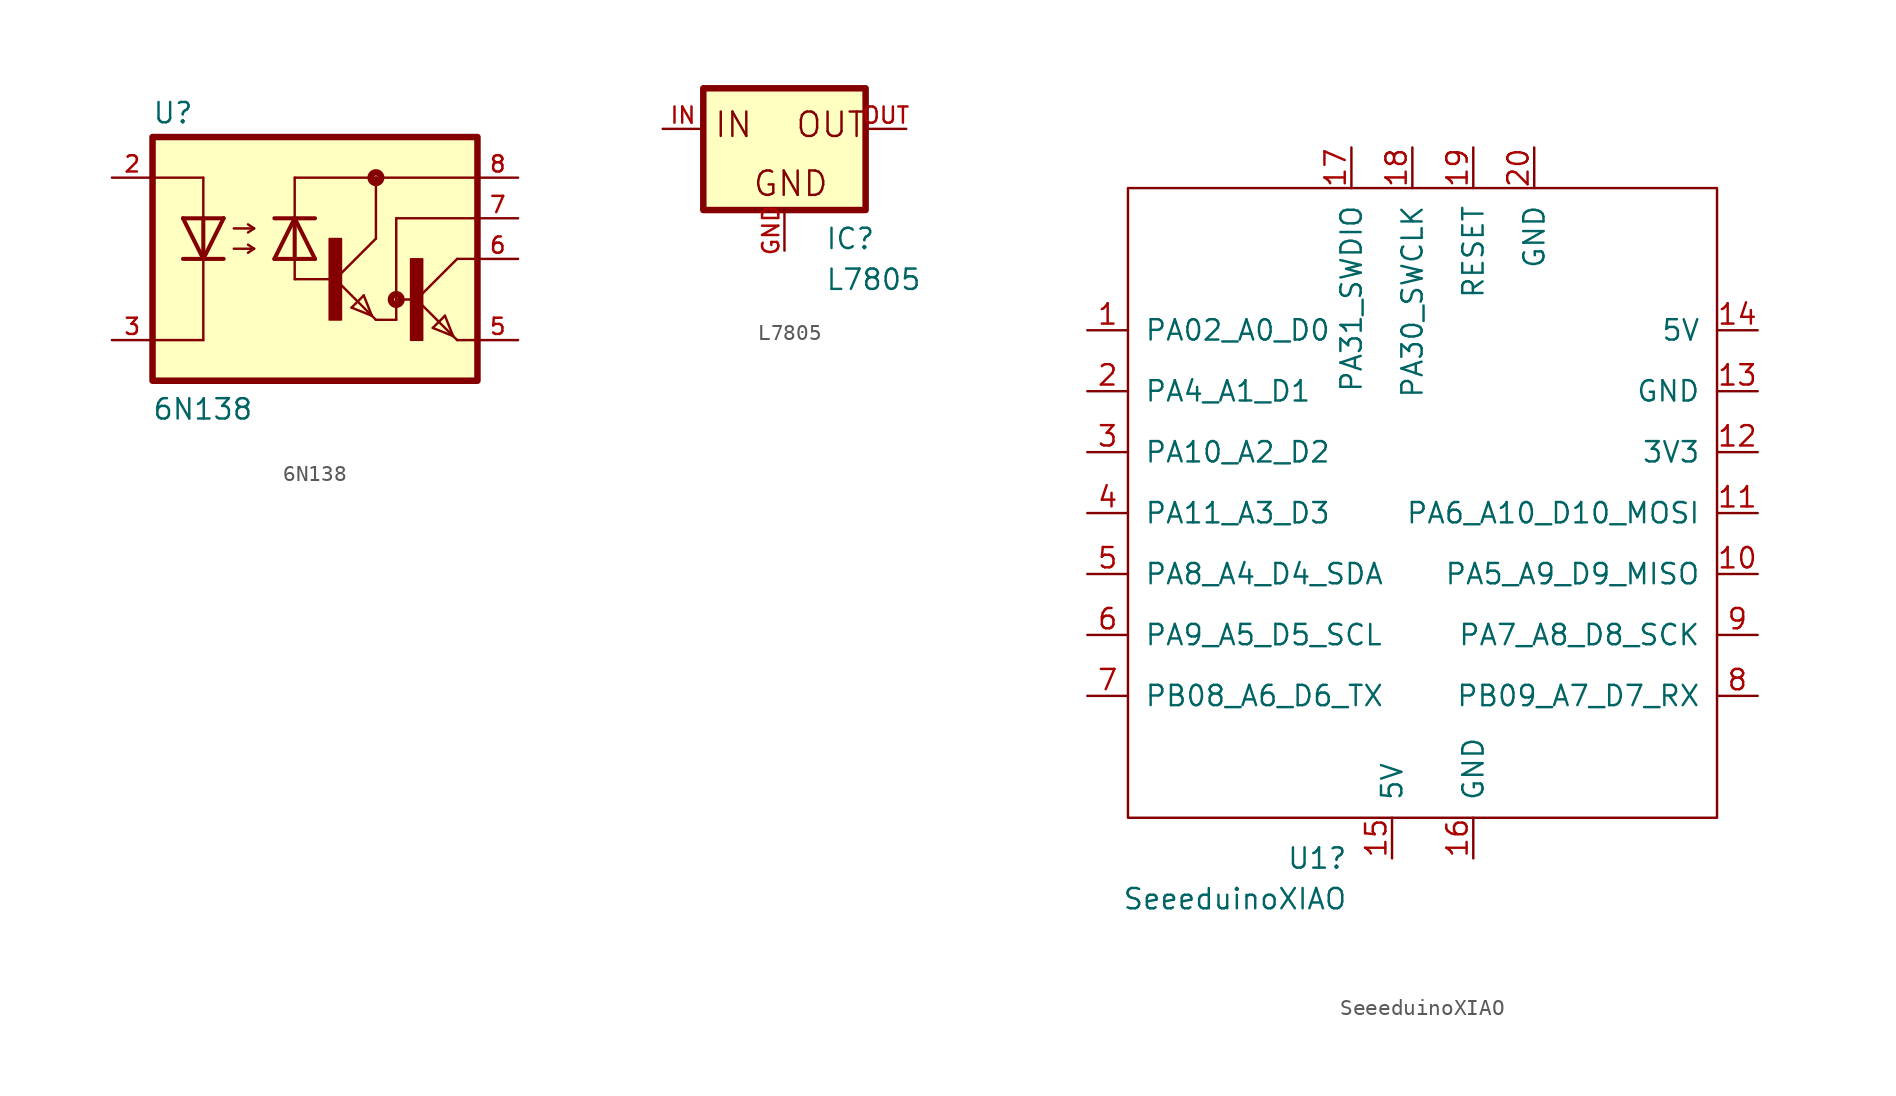
<source format=kicad_sym>
(kicad_symbol_lib
  (version 20220914)
  (generator kicad_symbol_editor)
  (symbol "6N138"
    (pin_names
      (offset 1.016))
    (property "Reference" "U"
      (at -10.188 8.381 0)
      (effects (font (size 1.27 1.27)) (justify left bottom)))
    (property "Value" "6N138"
      (at -10.201 -10.144 0)
      (effects (font (size 1.27 1.27)) (justify left bottom)))
    (symbol "6N138_0_0"
      (rectangle (start -10.16 -7.62) (end 10.16 7.62) (stroke (width 0.406) (type default)) (fill (type background)))
      (polyline (pts (xy -10.16 -5.08) (xy -6.985 -5.08)) (stroke (width 0.152) (type default)) (fill (type none)))
      (polyline (pts (xy -10.16 5.08) (xy -6.985 5.08)) (stroke (width 0.152) (type default)) (fill (type none)))
      (polyline (pts (xy -6.985 -5.08) (xy -6.985 0)) (stroke (width 0.152) (type default)) (fill (type none)))
      (polyline (pts (xy -6.985 0) (xy -8.255 0)) (stroke (width 0.254) (type default)) (fill (type none)))
      (polyline (pts (xy -6.985 0) (xy -8.255 2.54)) (stroke (width 0.254) (type default)) (fill (type none)))
      (polyline (pts (xy -6.985 2.54) (xy -8.255 2.54)) (stroke (width 0.254) (type default)) (fill (type none)))
      (polyline (pts (xy -6.985 2.54) (xy -6.985 0)) (stroke (width 0.254) (type default)) (fill (type none)))
      (polyline (pts (xy -6.985 2.54) (xy -6.985 5.08)) (stroke (width 0.152) (type default)) (fill (type none)))
      (polyline (pts (xy -5.715 0) (xy -6.985 0)) (stroke (width 0.254) (type default)) (fill (type none)))
      (polyline (pts (xy -5.715 2.54) (xy -6.985 0)) (stroke (width 0.254) (type default)) (fill (type none)))
      (polyline (pts (xy -5.715 2.54) (xy -6.985 2.54)) (stroke (width 0.254) (type default)) (fill (type none)))
      (polyline (pts (xy -5.08 0.635) (xy -3.81 0.635)) (stroke (width 0.152) (type default)) (fill (type none)))
      (polyline (pts (xy -5.08 1.905) (xy -3.81 1.905)) (stroke (width 0.152) (type default)) (fill (type none)))
      (polyline (pts (xy -3.81 0.635) (xy -4.191 0.381)) (stroke (width 0.152) (type default)) (fill (type none)))
      (polyline (pts (xy -3.81 0.635) (xy -4.191 0.889)) (stroke (width 0.152) (type default)) (fill (type none)))
      (polyline (pts (xy -3.81 1.905) (xy -4.191 1.651)) (stroke (width 0.152) (type default)) (fill (type none)))
      (polyline (pts (xy -3.81 1.905) (xy -4.191 2.159)) (stroke (width 0.152) (type default)) (fill (type none)))
      (polyline (pts (xy -2.54 0) (xy -1.27 0)) (stroke (width 0.254) (type default)) (fill (type none)))
      (polyline (pts (xy -2.54 0) (xy -1.27 2.54)) (stroke (width 0.254) (type default)) (fill (type none)))
      (polyline (pts (xy -2.54 2.54) (xy -1.27 2.54)) (stroke (width 0.254) (type default)) (fill (type none)))
      (polyline (pts (xy -1.27 -1.27) (xy -1.27 0)) (stroke (width 0.152) (type default)) (fill (type none)))
      (polyline (pts (xy -1.27 -1.27) (xy 1.27 -1.27)) (stroke (width 0.152) (type default)) (fill (type none)))
      (polyline (pts (xy -1.27 0) (xy -1.27 2.54)) (stroke (width 0.254) (type default)) (fill (type none)))
      (polyline (pts (xy -1.27 0) (xy 0 0)) (stroke (width 0.254) (type default)) (fill (type none)))
      (polyline (pts (xy -1.27 2.54) (xy 0 0)) (stroke (width 0.254) (type default)) (fill (type none)))
      (polyline (pts (xy -1.27 2.54) (xy 0 2.54)) (stroke (width 0.254) (type default)) (fill (type none)))
      (polyline (pts (xy -1.27 5.08) (xy -1.27 2.54)) (stroke (width 0.152) (type default)) (fill (type none)))
      (polyline (pts (xy 1.27 -1.27) (xy 3.556 -3.556)) (stroke (width 0.152) (type default)) (fill (type none)))
      (polyline (pts (xy 2.286 -3.048) (xy 3.048 -2.286)) (stroke (width 0.152) (type default)) (fill (type none)))
      (polyline (pts (xy 3.048 -2.286) (xy 3.556 -3.556)) (stroke (width 0.152) (type default)) (fill (type none)))
      (polyline (pts (xy 3.556 -3.556) (xy 2.286 -3.048)) (stroke (width 0.152) (type default)) (fill (type none)))
      (polyline (pts (xy 3.556 -3.556) (xy 3.81 -3.81)) (stroke (width 0.152) (type default)) (fill (type none)))
      (polyline (pts (xy 3.81 -3.81) (xy 5.08 -3.81)) (stroke (width 0.152) (type default)) (fill (type none)))
      (polyline (pts (xy 3.81 1.27) (xy 1.27 -1.27)) (stroke (width 0.152) (type default)) (fill (type none)))
      (polyline (pts (xy 3.81 1.27) (xy 3.81 5.08)) (stroke (width 0.152) (type default)) (fill (type none)))
      (polyline (pts (xy 3.81 5.08) (xy -1.27 5.08)) (stroke (width 0.152) (type default)) (fill (type none)))
      (polyline (pts (xy 3.81 5.08) (xy 10.16 5.08)) (stroke (width 0.152) (type default)) (fill (type none)))
      (polyline (pts (xy 5.08 -3.81) (xy 5.08 -2.54)) (stroke (width 0.152) (type default)) (fill (type none)))
      (polyline (pts (xy 5.08 -2.54) (xy 5.08 2.54)) (stroke (width 0.152) (type default)) (fill (type none)))
      (polyline (pts (xy 5.08 -2.54) (xy 6.35 -2.54)) (stroke (width 0.152) (type default)) (fill (type none)))
      (polyline (pts (xy 5.08 2.54) (xy 10.16 2.54)) (stroke (width 0.152) (type default)) (fill (type none)))
      (polyline (pts (xy 6.35 -2.54) (xy 8.636 -4.826)) (stroke (width 0.152) (type default)) (fill (type none)))
      (polyline (pts (xy 7.366 -4.318) (xy 8.128 -3.556)) (stroke (width 0.152) (type default)) (fill (type none)))
      (polyline (pts (xy 8.128 -3.556) (xy 8.636 -4.826)) (stroke (width 0.152) (type default)) (fill (type none)))
      (polyline (pts (xy 8.636 -4.826) (xy 7.366 -4.318)) (stroke (width 0.152) (type default)) (fill (type none)))
      (polyline (pts (xy 8.636 -4.826) (xy 8.89 -5.08)) (stroke (width 0.152) (type default)) (fill (type none)))
      (polyline (pts (xy 8.89 -5.08) (xy 10.16 -5.08)) (stroke (width 0.152) (type default)) (fill (type none)))
      (polyline (pts (xy 8.89 0) (xy 6.35 -2.54)) (stroke (width 0.152) (type default)) (fill (type none)))
      (polyline (pts (xy 8.89 0) (xy 10.16 0)) (stroke (width 0.152) (type default)) (fill (type none)))
      (rectangle (start 0.891 -3.818) (end 1.651 1.27) (stroke (width 0.1) (type default)) (fill (type outline)))
      (circle (center 3.81 5.08) (radius 0.127) (stroke (width 0.406) (type default)) (fill (type none)))
      (circle (center 5.08 -2.54) (radius 0.127) (stroke (width 0.406) (type default)) (fill (type none)))
      (rectangle (start 5.98 -5.09) (end 6.731 0) (stroke (width 0.1) (type default)) (fill (type outline)))
      (pin passive line (at -12.7 5.08 0) (length 2.54) (name "~" (effects (font (size 1.016 1.016)))) (number "2" (effects (font (size 1.016 1.016)))))
      (pin passive line (at -12.7 -5.08 0) (length 2.54) (name "~" (effects (font (size 1.016 1.016)))) (number "3" (effects (font (size 1.016 1.016)))))
      (pin passive line (at 12.7 -5.08 180) (length 2.54) (name "~" (effects (font (size 1.016 1.016)))) (number "5" (effects (font (size 1.016 1.016)))))
      (pin passive line (at 12.7 0 180) (length 2.54) (name "~" (effects (font (size 1.016 1.016)))) (number "6" (effects (font (size 1.016 1.016)))))
      (pin passive line (at 12.7 2.54 180) (length 2.54) (name "~" (effects (font (size 1.016 1.016)))) (number "7" (effects (font (size 1.016 1.016)))))
      (pin passive line (at 12.7 5.08 180) (length 2.54) (name "~" (effects (font (size 1.016 1.016)))) (number "8" (effects (font (size 1.016 1.016)))))))
  (symbol "L7805"
    (pin_names
      (offset 1.016))
    (property "Reference" "IC"
      (at 2.541 -7.622 0)
      (effects (font (size 1.27 1.27)) (justify left bottom)))
    (property "Value" "L7805"
      (at 2.544 -10.177 0)
      (effects (font (size 1.27 1.27)) (justify left bottom)))
    (symbol "L7805_0_0"
      (rectangle (start -5.08 -5.08) (end 5.08 2.54) (stroke (width 0.406) (type default)) (fill (type background)))
      (text "GND" (at -2.035 -4.325 0) (effects (font (size 1.526 1.526)) (justify left bottom)))
      (text "IN" (at -4.45 -0.636 0) (effects (font (size 1.526 1.526)) (justify left bottom)))
      (text "OUT" (at 0.636 -0.636 0) (effects (font (size 1.526 1.526)) (justify left bottom)))
      (pin input line (at 0 -7.62 90) (length 2.54) (name "~" (effects (font (size 1.016 1.016)))) (number "GND" (effects (font (size 1.016 1.016)))))
      (pin input line (at -7.62 0 0) (length 2.54) (name "~" (effects (font (size 1.016 1.016)))) (number "IN" (effects (font (size 1.016 1.016)))))
      (pin passive line (at 7.62 0 180) (length 2.54) (name "~" (effects (font (size 1.016 1.016)))) (number "OUT" (effects (font (size 1.016 1.016)))))))
  (symbol "SeeeduinoXIAO"
    (pin_names
      (offset 1.016))
    (property "Reference" "U1"
      (at -5.309 -21.59 0)
      (effects (font (size 1.27 1.27)) (justify right)))
    (property "Value" "SeeeduinoXIAO"
      (at -5.309 -24.13 0)
      (effects (font (size 1.27 1.27)) (justify right)))
    (symbol "SeeeduinoXIAO_0_1"
      (rectangle (start -19.05 20.32) (end 17.78 -19.05) (stroke (width 0) (type default)) (fill (type none))))
    (symbol "SeeeduinoXIAO_1_1"
      (pin bidirectional line (at -21.59 11.43 0) (length 2.54) (name "PA02_A0_D0" (effects (font (size 1.27 1.27)))) (number "1" (effects (font (size 1.27 1.27)))))
      (pin bidirectional line (at 20.32 -3.81 180) (length 2.54) (name "PA5_A9_D9_MISO" (effects (font (size 1.27 1.27)))) (number "10" (effects (font (size 1.27 1.27)))))
      (pin bidirectional line (at 20.32 0 180) (length 2.54) (name "PA6_A10_D10_MOSI" (effects (font (size 1.27 1.27)))) (number "11" (effects (font (size 1.27 1.27)))))
      (pin input line (at 20.32 3.81 180) (length 2.54) (name "3V3" (effects (font (size 1.27 1.27)))) (number "12" (effects (font (size 1.27 1.27)))))
      (pin input line (at 20.32 7.62 180) (length 2.54) (name "GND" (effects (font (size 1.27 1.27)))) (number "13" (effects (font (size 1.27 1.27)))))
      (pin input line (at 20.32 11.43 180) (length 2.54) (name "5V" (effects (font (size 1.27 1.27)))) (number "14" (effects (font (size 1.27 1.27)))))
      (pin input line (at -2.54 -21.59 90) (length 2.54) (name "5V" (effects (font (size 1.27 1.27)))) (number "15" (effects (font (size 1.27 1.27)))))
      (pin input line (at 2.54 -21.59 90) (length 2.54) (name "GND" (effects (font (size 1.27 1.27)))) (number "16" (effects (font (size 1.27 1.27)))))
      (pin input line (at -5.08 22.86 270) (length 2.54) (name "PA31_SWDIO" (effects (font (size 1.27 1.27)))) (number "17" (effects (font (size 1.27 1.27)))))
      (pin input line (at -1.27 22.86 270) (length 2.54) (name "PA30_SWCLK" (effects (font (size 1.27 1.27)))) (number "18" (effects (font (size 1.27 1.27)))))
      (pin input line (at 2.54 22.86 270) (length 2.54) (name "RESET" (effects (font (size 1.27 1.27)))) (number "19" (effects (font (size 1.27 1.27)))))
      (pin bidirectional line (at -21.59 7.62 0) (length 2.54) (name "PA4_A1_D1" (effects (font (size 1.27 1.27)))) (number "2" (effects (font (size 1.27 1.27)))))
      (pin input line (at 6.35 22.86 270) (length 2.54) (name "GND" (effects (font (size 1.27 1.27)))) (number "20" (effects (font (size 1.27 1.27)))))
      (pin bidirectional line (at -21.59 3.81 0) (length 2.54) (name "PA10_A2_D2" (effects (font (size 1.27 1.27)))) (number "3" (effects (font (size 1.27 1.27)))))
      (pin bidirectional line (at -21.59 0 0) (length 2.54) (name "PA11_A3_D3" (effects (font (size 1.27 1.27)))) (number "4" (effects (font (size 1.27 1.27)))))
      (pin bidirectional line (at -21.59 -3.81 0) (length 2.54) (name "PA8_A4_D4_SDA" (effects (font (size 1.27 1.27)))) (number "5" (effects (font (size 1.27 1.27)))))
      (pin bidirectional line (at -21.59 -7.62 0) (length 2.54) (name "PA9_A5_D5_SCL" (effects (font (size 1.27 1.27)))) (number "6" (effects (font (size 1.27 1.27)))))
      (pin bidirectional line (at -21.59 -11.43 0) (length 2.54) (name "PB08_A6_D6_TX" (effects (font (size 1.27 1.27)))) (number "7" (effects (font (size 1.27 1.27)))))
      (pin bidirectional line (at 20.32 -11.43 180) (length 2.54) (name "PB09_A7_D7_RX" (effects (font (size 1.27 1.27)))) (number "8" (effects (font (size 1.27 1.27)))))
      (pin bidirectional line (at 20.32 -7.62 180) (length 2.54) (name "PA7_A8_D8_SCK" (effects (font (size 1.27 1.27)))) (number "9" (effects (font (size 1.27 1.27))))))))
</source>
